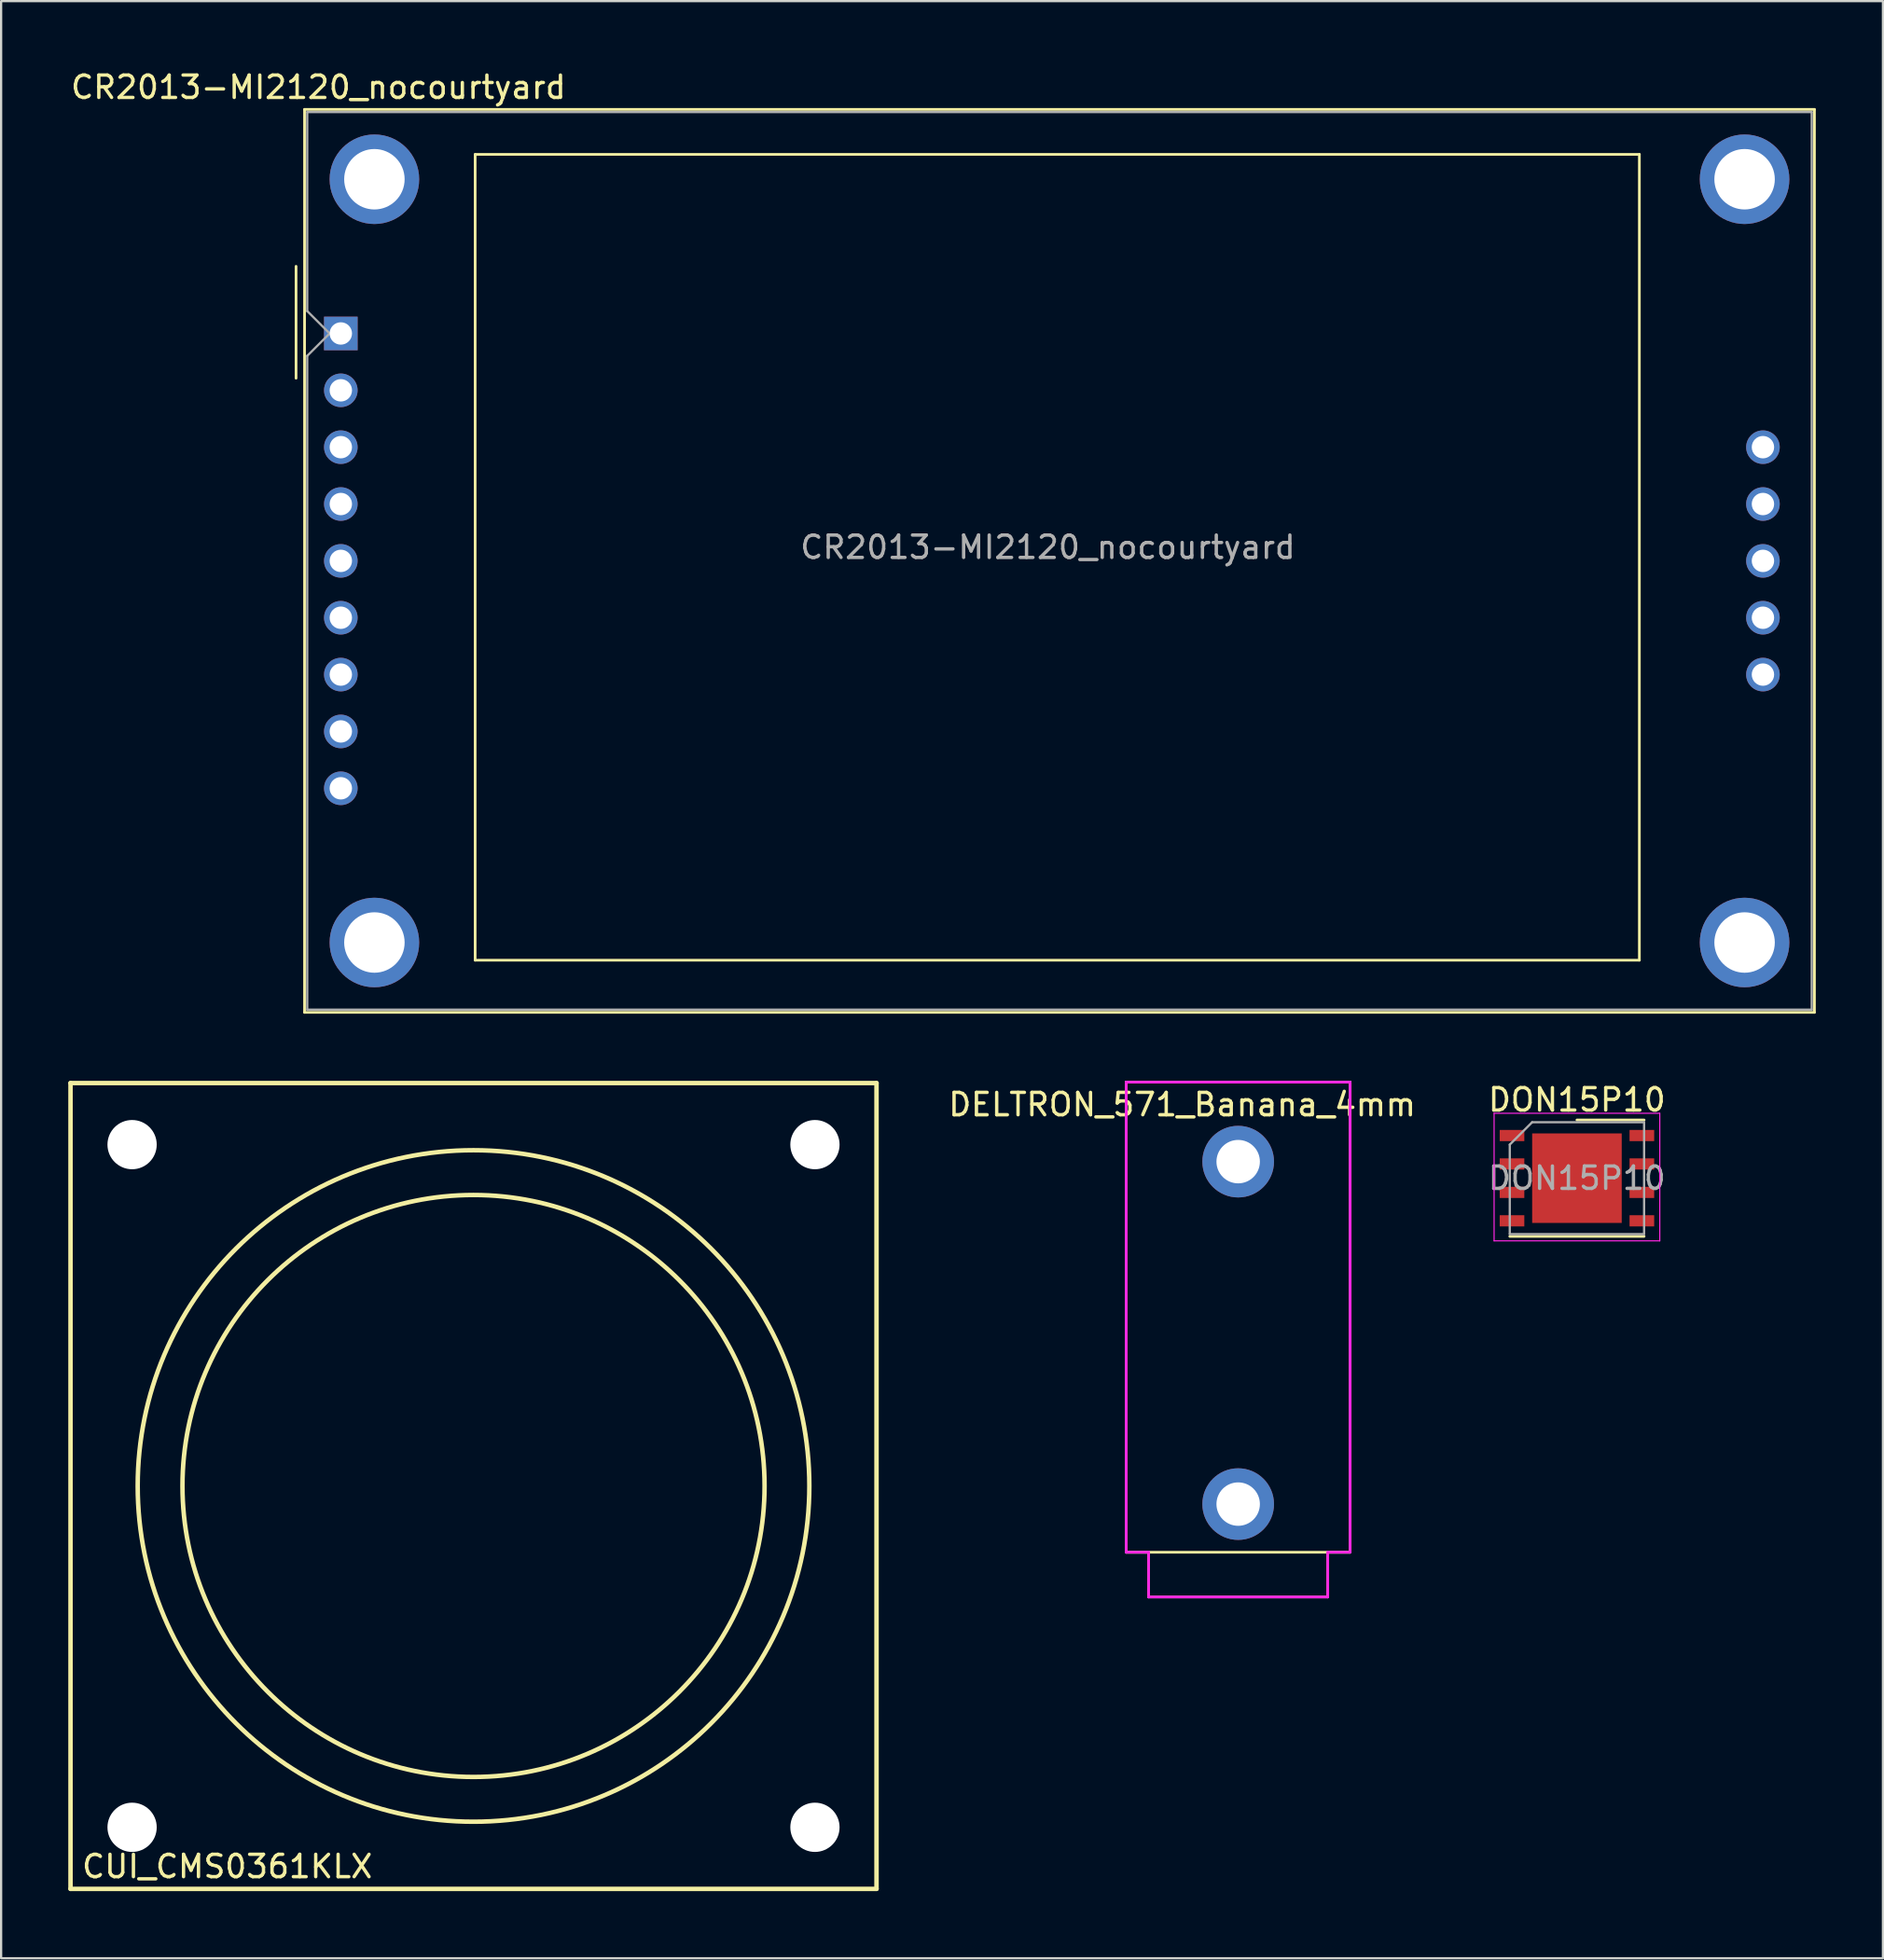
<source format=kicad_pcb>
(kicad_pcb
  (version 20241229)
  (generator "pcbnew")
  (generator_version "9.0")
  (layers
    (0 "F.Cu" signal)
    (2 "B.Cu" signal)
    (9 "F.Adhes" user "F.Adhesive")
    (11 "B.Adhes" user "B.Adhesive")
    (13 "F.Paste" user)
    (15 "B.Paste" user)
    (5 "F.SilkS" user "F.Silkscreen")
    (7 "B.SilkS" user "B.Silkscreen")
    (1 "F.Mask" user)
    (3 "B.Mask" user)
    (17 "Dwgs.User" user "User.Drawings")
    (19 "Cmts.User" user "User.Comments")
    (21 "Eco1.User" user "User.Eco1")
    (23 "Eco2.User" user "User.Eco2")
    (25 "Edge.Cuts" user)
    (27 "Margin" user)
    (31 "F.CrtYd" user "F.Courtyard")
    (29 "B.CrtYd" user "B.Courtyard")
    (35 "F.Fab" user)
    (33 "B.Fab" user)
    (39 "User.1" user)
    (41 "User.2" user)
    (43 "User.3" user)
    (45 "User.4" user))
  (footprint "CUI_CMS0361KLX"
    (layer "F.Cu")
    (at 18.1 63.338)
    (property "Reference" "CUI_CMS0361KLX" (at -11 17 0) (layer "F.SilkS") (effects (font (size 1 1) (thickness 0.15))))
    (attr through_hole)
    (fp_line (start -18 -18) (end 18 -18) (stroke (width 0.2) (type solid)) (layer "F.SilkS"))
    (fp_line (start -18 18) (end -18 -18) (stroke (width 0.2) (type solid)) (layer "F.SilkS"))
    (fp_line (start 18 -18) (end 18 18) (stroke (width 0.2) (type solid)) (layer "F.SilkS"))
    (fp_line (start 18 18) (end -18 18) (stroke (width 0.2) (type solid)) (layer "F.SilkS"))
    (fp_circle (center 0 0) (end 13 0) (stroke (width 0.2) (type solid)) (fill no) (layer "F.SilkS"))
    (fp_circle (center 0 0) (end 15 0) (stroke (width 0.2) (type solid)) (fill no) (layer "F.SilkS"))
    (pad "" np_thru_hole circle (at -15.25 -15.25) (size 2.2 2.2) (drill 2.2) (layers "*.Cu" "*.Mask"))
    (pad "" np_thru_hole circle (at -15.25 15.25) (size 2.2 2.2) (drill 2.2) (layers "*.Cu" "*.Mask"))
    (pad "" np_thru_hole circle (at 15.25 -15.25) (size 2.2 2.2) (drill 2.2) (layers "*.Cu" "*.Mask"))
    (pad "" np_thru_hole circle (at 15.25 15.25) (size 2.2 2.2) (drill 2.2) (layers "*.Cu" "*.Mask")))
  (footprint "DELTRON_571_Banana_4mm"
    (layer "F.Cu")
    (at 52.254 66.298)
    (property "Reference" "DELTRON_571_Banana_4mm" (at -2.5 -20 0) (layer "F.SilkS") (effects (font (size 1 1) (thickness 0.15))))
    (attr through_hole)
    (fp_line (start -5 -21) (end 5 -21) (stroke (width 0.12) (type solid)) (layer "F.SilkS"))
    (fp_line (start -5 0) (end -5 -21) (stroke (width 0.12) (type solid)) (layer "F.SilkS"))
    (fp_line (start 5 -21) (end 5 0) (stroke (width 0.12) (type solid)) (layer "F.SilkS"))
    (fp_line (start 5 0) (end -5 0) (stroke (width 0.12) (type solid)) (layer "F.SilkS"))
    (fp_line (start -5 -21) (end 5 -21) (stroke (width 0.12) (type solid)) (layer "F.CrtYd"))
    (fp_line (start -5 0) (end -5 -21) (stroke (width 0.12) (type solid)) (layer "F.CrtYd"))
    (fp_line (start -4 0) (end -5 0) (stroke (width 0.12) (type solid)) (layer "F.CrtYd"))
    (fp_line (start -4 2) (end -4 0) (stroke (width 0.12) (type solid)) (layer "F.CrtYd"))
    (fp_line (start 4 0) (end 4 2) (stroke (width 0.12) (type solid)) (layer "F.CrtYd"))
    (fp_line (start 4 2) (end -4 2) (stroke (width 0.12) (type solid)) (layer "F.CrtYd"))
    (fp_line (start 5 -21) (end 5 0) (stroke (width 0.12) (type solid)) (layer "F.CrtYd"))
    (fp_line (start 5 0) (end 4 0) (stroke (width 0.12) (type solid)) (layer "F.CrtYd"))
    (fp_line (start -5 -21) (end -5 0) (stroke (width 0.12) (type solid)) (layer "F.Fab"))
    (fp_line (start -5 0) (end -4 0) (stroke (width 0.12) (type solid)) (layer "F.Fab"))
    (fp_line (start -4 0) (end -4 2) (stroke (width 0.12) (type solid)) (layer "F.Fab"))
    (fp_line (start -4 2) (end 4 2) (stroke (width 0.12) (type solid)) (layer "F.Fab"))
    (fp_line (start 4 0) (end 5 0) (stroke (width 0.12) (type solid)) (layer "F.Fab"))
    (fp_line (start 4 2) (end 4 0) (stroke (width 0.12) (type solid)) (layer "F.Fab"))
    (fp_line (start 5 -21) (end -5 -21) (stroke (width 0.12) (type solid)) (layer "F.Fab"))
    (fp_line (start 5 0) (end 5 -21) (stroke (width 0.12) (type solid)) (layer "F.Fab"))
    (pad "1" thru_hole circle (at 0 -17.45) (size 3.2 3.2) (drill 1.94) (layers "*.Cu" "*.Mask"))
    (pad "1" thru_hole circle (at 0 -2.15) (size 3.2 3.2) (drill 1.94) (layers "*.Cu" "*.Mask")))
  (footprint "DON15P10"
    (layer "F.Cu")
    (at 67.385 49.587)
    (property "Reference" "DON15P10" (at 0 -3.5 0) (layer "F.SilkS") (effects (font (size 1 1) (thickness 0.15))))
    (attr smd)
    (fp_line (start -3 2.6) (end 3 2.6) (stroke (width 0.12) (type solid)) (layer "F.SilkS"))
    (fp_line (start 0 -2.6) (end 3 -2.6) (stroke (width 0.12) (type solid)) (layer "F.SilkS"))
    (fp_line (start -3.7 -2.9) (end 3.7 -2.9) (stroke (width 0.05) (type solid)) (layer "F.CrtYd"))
    (fp_line (start -3.7 2.8) (end -3.7 -2.9) (stroke (width 0.05) (type solid)) (layer "F.CrtYd"))
    (fp_line (start 3.7 -2.9) (end 3.7 2.8) (stroke (width 0.05) (type solid)) (layer "F.CrtYd"))
    (fp_line (start 3.7 2.8) (end -3.7 2.8) (stroke (width 0.05) (type solid)) (layer "F.CrtYd"))
    (fp_line (start -3 2.5) (end -3 -1.5) (stroke (width 0.1) (type solid)) (layer "F.Fab"))
    (fp_line (start -2 -2.5) (end -3 -1.5) (stroke (width 0.1) (type solid)) (layer "F.Fab"))
    (fp_line (start -2 -2.5) (end 3 -2.5) (stroke (width 0.1) (type solid)) (layer "F.Fab"))
    (fp_line (start 3 -2.5) (end 3 2.5) (stroke (width 0.1) (type solid)) (layer "F.Fab"))
    (fp_line (start 3 2.5) (end -3 2.5) (stroke (width 0.1) (type solid)) (layer "F.Fab"))
    (fp_text user "${REFERENCE}" (at 0 0 0) (layer "F.Fab") (effects (font (size 1 1) (thickness 0.15))))
    (pad "" smd rect (at -1.5 -1.5 270) (size 0.8 0.8) (layers "F.Paste"))
    (pad "" smd rect (at -1.5 -0.5 270) (size 0.8 0.8) (layers "F.Paste"))
    (pad "" smd rect (at -1.5 0.5 270) (size 0.8 0.8) (layers "F.Paste"))
    (pad "" smd rect (at -1.5 1.5 270) (size 0.8 0.8) (layers "F.Paste"))
    (pad "" smd rect (at -0.5 -1.5 270) (size 0.8 0.8) (layers "F.Paste"))
    (pad "" smd rect (at -0.5 -0.5 270) (size 0.8 0.8) (layers "F.Paste"))
    (pad "" smd rect (at -0.5 0.5 270) (size 0.8 0.8) (layers "F.Paste"))
    (pad "" smd rect (at -0.5 1.5 270) (size 0.8 0.8) (layers "F.Paste"))
    (pad "" smd rect (at 0.5 -1.5 270) (size 0.8 0.8) (layers "F.Paste"))
    (pad "" smd rect (at 0.5 -0.5 270) (size 0.8 0.8) (layers "F.Paste"))
    (pad "" smd rect (at 0.5 0.5 270) (size 0.8 0.8) (layers "F.Paste"))
    (pad "" smd rect (at 0.5 1.5 270) (size 0.8 0.8) (layers "F.Paste"))
    (pad "" smd rect (at 1.5 -1.5 270) (size 0.8 0.8) (layers "F.Paste"))
    (pad "" smd rect (at 1.5 -0.5 270) (size 0.8 0.8) (layers "F.Paste"))
    (pad "" smd rect (at 1.5 0.5 270) (size 0.8 0.8) (layers "F.Paste"))
    (pad "" smd rect (at 1.5 1.5 270) (size 0.8 0.8) (layers "F.Paste"))
    (pad "1" smd rect (at -2.9 -1.905 270) (size 0.5 1.1) (layers "F.Cu" "F.Mask" "F.Paste"))
    (pad "2" smd rect (at -2.9 -0.635 270) (size 0.5 1.1) (layers "F.Cu" "F.Mask" "F.Paste"))
    (pad "3" smd rect (at -2.9 0.635 270) (size 0.5 1.1) (layers "F.Cu" "F.Mask" "F.Paste"))
    (pad "4" smd rect (at -2.9 1.905 270) (size 0.5 1.1) (layers "F.Cu" "F.Mask" "F.Paste"))
    (pad "5" smd rect (at 2.9 1.905 270) (size 0.5 1.1) (layers "F.Cu" "F.Mask" "F.Paste"))
    (pad "6" smd rect (at 2.9 0.635 270) (size 0.5 1.1) (layers "F.Cu" "F.Mask" "F.Paste"))
    (pad "7" smd rect (at 2.9 -0.635 270) (size 0.5 1.1) (layers "F.Cu" "F.Mask" "F.Paste"))
    (pad "8" smd rect (at 2.9 -1.905 270) (size 0.5 1.1) (layers "F.Cu" "F.Mask" "F.Paste"))
    (pad "9" smd rect (at 0 0 270) (size 4 4) (layers "F.Cu" "F.Mask")))
  (footprint "CR2013-MI2120_nocourtyard"
    (layer "F.Cu")
    (at 12.173 11.848)
    (property "Reference" "CR2013-MI2120_nocourtyard" (at -1 -11 0) (layer "F.SilkS") (effects (font (size 1 1) (thickness 0.15))))
    (attr through_hole)
    (fp_line (start -2 -3) (end -2 2) (stroke (width 0.12) (type solid)) (layer "F.SilkS"))
    (fp_line (start -1.62 -10.01) (end 65.82 -10.01) (stroke (width 0.12) (type solid)) (layer "F.SilkS"))
    (fp_line (start -1.62 30.33) (end -1.62 -10.01) (stroke (width 0.12) (type solid)) (layer "F.SilkS"))
    (fp_line (start 6 -8) (end 58 -8) (stroke (width 0.12) (type solid)) (layer "F.SilkS"))
    (fp_line (start 6 28) (end 6 -8) (stroke (width 0.12) (type solid)) (layer "F.SilkS"))
    (fp_line (start 58 -8) (end 58 28) (stroke (width 0.12) (type solid)) (layer "F.SilkS"))
    (fp_line (start 58 28) (end 6 28) (stroke (width 0.12) (type solid)) (layer "F.SilkS"))
    (fp_line (start 65.82 -10.01) (end 65.82 30.33) (stroke (width 0.12) (type solid)) (layer "F.SilkS"))
    (fp_line (start 65.82 30.33) (end -1.62 30.33) (stroke (width 0.12) (type solid)) (layer "F.SilkS"))
    (fp_line (start -1.5 -9.89) (end 65.7 -9.89) (stroke (width 0.1) (type solid)) (layer "F.Fab"))
    (fp_line (start -1.5 -1) (end -1.5 -9.89) (stroke (width 0.1) (type solid)) (layer "F.Fab"))
    (fp_line (start -1.5 1) (end -0.5 0) (stroke (width 0.1) (type solid)) (layer "F.Fab"))
    (fp_line (start -1.5 30.21) (end -1.5 1) (stroke (width 0.1) (type solid)) (layer "F.Fab"))
    (fp_line (start -0.5 0) (end -1.5 -1) (stroke (width 0.1) (type solid)) (layer "F.Fab"))
    (fp_line (start 65.7 -9.89) (end 65.7 30.21) (stroke (width 0.1) (type solid)) (layer "F.Fab"))
    (fp_line (start 65.7 30.21) (end -1.5 30.21) (stroke (width 0.1) (type solid)) (layer "F.Fab"))
    (fp_text user "${REFERENCE}" (at 31.58 9.55 0) (layer "F.Fab") (effects (font (size 1 1) (thickness 0.15))))
    (pad "" thru_hole circle (at 1.5 -6.89) (size 4 4) (drill 2.7) (layers "*.Cu" "*.Mask"))
    (pad "" thru_hole circle (at 1.5 27.21) (size 4 4) (drill 2.7) (layers "*.Cu" "*.Mask"))
    (pad "" thru_hole circle (at 62.7 -6.89) (size 4 4) (drill 2.7) (layers "*.Cu" "*.Mask"))
    (pad "" thru_hole circle (at 62.7 27.21) (size 4 4) (drill 2.7) (layers "*.Cu" "*.Mask"))
    (pad "1" thru_hole rect (at 0 0) (size 1.5 1.5) (drill 1) (layers "*.Cu" "*.Mask"))
    (pad "2" thru_hole circle (at 0 2.54) (size 1.5 1.5) (drill 1) (layers "*.Cu" "*.Mask"))
    (pad "3" thru_hole circle (at 0 5.08) (size 1.5 1.5) (drill 1) (layers "*.Cu" "*.Mask"))
    (pad "4" thru_hole circle (at 0 7.62) (size 1.5 1.5) (drill 1) (layers "*.Cu" "*.Mask"))
    (pad "5" thru_hole circle (at 0 10.16) (size 1.5 1.5) (drill 1) (layers "*.Cu" "*.Mask"))
    (pad "6" thru_hole circle (at 0 12.7) (size 1.5 1.5) (drill 1) (layers "*.Cu" "*.Mask"))
    (pad "7" thru_hole circle (at 0 15.24) (size 1.5 1.5) (drill 1) (layers "*.Cu" "*.Mask"))
    (pad "8" thru_hole circle (at 0 17.78) (size 1.5 1.5) (drill 1) (layers "*.Cu" "*.Mask"))
    (pad "9" thru_hole circle (at 0 20.32) (size 1.5 1.5) (drill 1) (layers "*.Cu" "*.Mask"))
    (pad "10" thru_hole circle (at 63.52 5.08) (size 1.5 1.5) (drill 1) (layers "*.Cu" "*.Mask"))
    (pad "11" thru_hole circle (at 63.52 7.62) (size 1.5 1.5) (drill 1) (layers "*.Cu" "*.Mask"))
    (pad "12" thru_hole circle (at 63.52 10.16) (size 1.5 1.5) (drill 1) (layers "*.Cu" "*.Mask"))
    (pad "13" thru_hole circle (at 63.52 12.7) (size 1.5 1.5) (drill 1) (layers "*.Cu" "*.Mask"))
    (pad "14" thru_hole circle (at 63.52 15.24) (size 1.5 1.5) (drill 1) (layers "*.Cu" "*.Mask")))
  (gr_rect
    (start -3 -3)
    (end 81.053 84.438)
    (stroke (width 0.1) (type default))
    (fill no)
    (layer "Edge.Cuts")))
</source>
